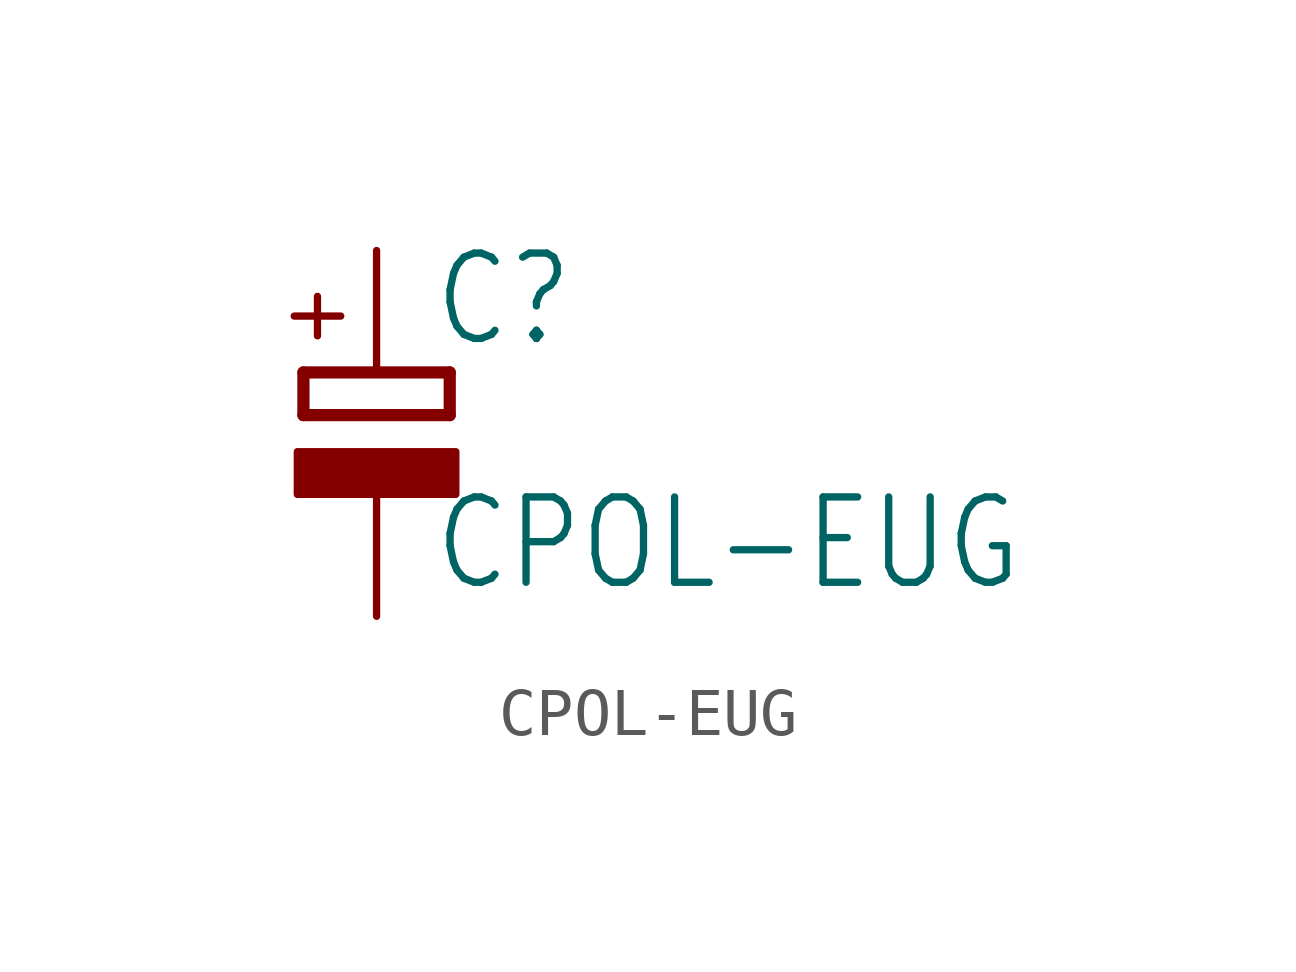
<source format=kicad_sym>
(kicad_symbol_lib
  (version 20220914)
  (generator kicad_symbol_editor)
  (symbol "CPOL-EUG"
    (property "Reference" "C"
      (at 1.143 0.483 0)
      (effects (font (size 1.778 1.511)) (justify left bottom)))
    (property "Value" "CPOL-EUG"
      (at 1.143 -4.597 0)
      (effects (font (size 1.778 1.511)) (justify left bottom)))
    (property "ki_locked" ""
      (at 0 0 0)
      (effects (font (size 1.27 1.27))))
    (symbol "CPOL-EUG_1_0"
      (rectangle (start -1.651 -2.54) (end 1.651 -1.651) (stroke (width 0) (type default)) (fill (type outline)))
      (polyline (pts (xy -1.524 -0.889) (xy 1.524 -0.889)) (stroke (width 0.254) (type default)) (fill (type none)))
      (polyline (pts (xy -1.524 0) (xy -1.524 -0.889)) (stroke (width 0.254) (type default)) (fill (type none)))
      (polyline (pts (xy -1.524 0) (xy 1.524 0)) (stroke (width 0.254) (type default)) (fill (type none)))
      (polyline (pts (xy 1.524 -0.889) (xy 1.524 0)) (stroke (width 0.254) (type default)) (fill (type none)))
      (text "+" (at -0.584 0.406 900) (effects (font (size 1.27 1.079)) (justify left bottom)))
      (pin passive line (at 0 2.54 270) (length 2.54) (name "+" (effects (font (size 0 0)))) (number "+" (effects (font (size 0 0)))))
      (pin passive line (at 0 -5.08 90) (length 2.54) (name "-" (effects (font (size 0 0)))) (number "-" (effects (font (size 0 0))))))))
</source>
